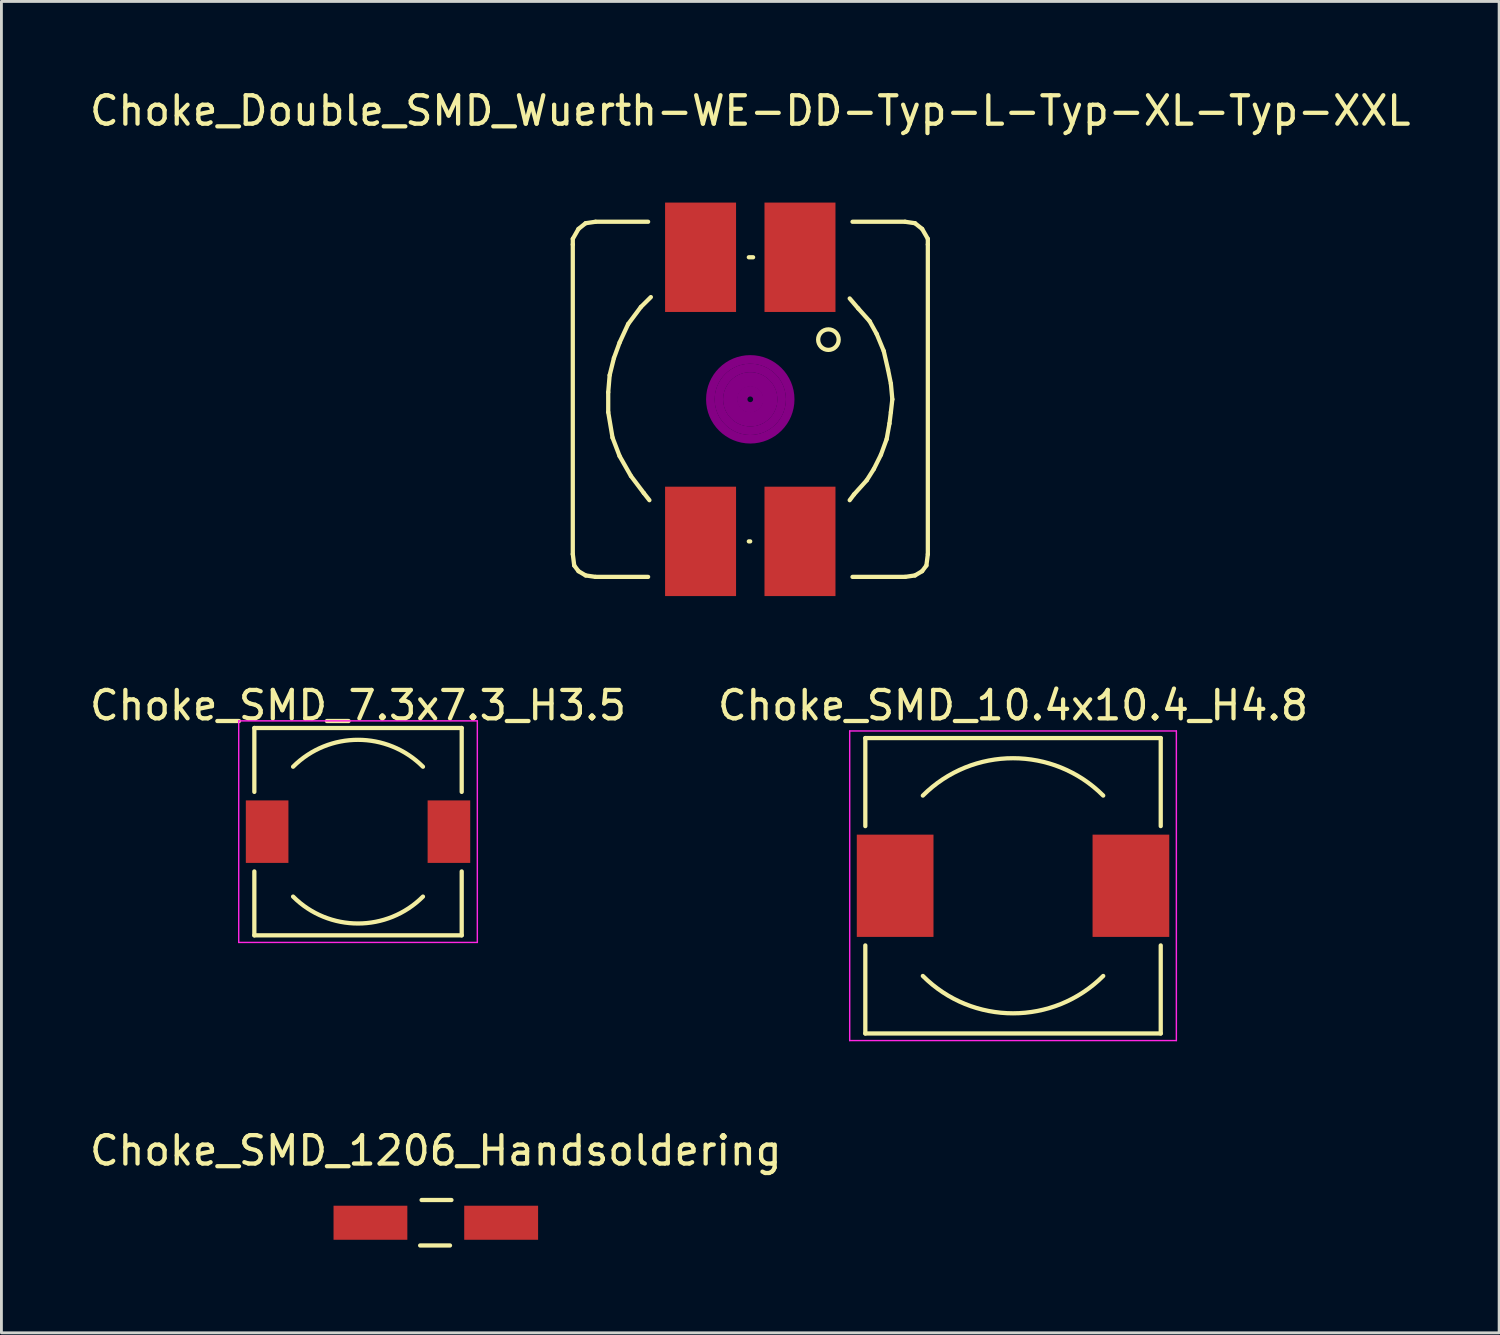
<source format=kicad_pcb>
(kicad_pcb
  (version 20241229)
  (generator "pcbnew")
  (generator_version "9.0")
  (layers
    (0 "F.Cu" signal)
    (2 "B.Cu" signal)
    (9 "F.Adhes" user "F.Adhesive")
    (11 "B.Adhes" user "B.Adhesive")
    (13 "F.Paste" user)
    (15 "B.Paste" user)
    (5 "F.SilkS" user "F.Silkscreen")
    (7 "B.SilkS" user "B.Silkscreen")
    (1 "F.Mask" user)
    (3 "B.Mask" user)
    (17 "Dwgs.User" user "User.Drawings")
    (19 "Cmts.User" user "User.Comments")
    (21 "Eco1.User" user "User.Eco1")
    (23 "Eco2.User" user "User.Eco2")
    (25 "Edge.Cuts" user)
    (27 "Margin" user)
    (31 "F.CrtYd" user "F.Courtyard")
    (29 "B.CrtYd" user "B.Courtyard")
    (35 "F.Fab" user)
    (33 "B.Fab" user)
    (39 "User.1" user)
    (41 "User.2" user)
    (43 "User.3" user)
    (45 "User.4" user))
  (footprint "Choke_SMD_7.3x7.3_H3.5"
    (layer "F.Cu")
    (at 9.554 26.228)
    (property "Reference" "Choke_SMD_7.3x7.3_H3.5" (at 0 -4.445 0) (layer "F.SilkS") (effects (font (size 1 1) (thickness 0.15))))
    (attr smd)
    (fp_line (start -3.65 -3.65) (end -3.65 -1.4) (stroke (width 0.15) (type solid)) (layer "F.SilkS"))
    (fp_line (start -3.65 -3.65) (end 3.65 -3.65) (stroke (width 0.15) (type solid)) (layer "F.SilkS"))
    (fp_line (start -3.65 3.65) (end -3.65 1.4) (stroke (width 0.15) (type solid)) (layer "F.SilkS"))
    (fp_line (start 3.65 -3.65) (end 3.65 -1.4) (stroke (width 0.15) (type solid)) (layer "F.SilkS"))
    (fp_line (start 3.65 3.65) (end -3.65 3.65) (stroke (width 0.15) (type solid)) (layer "F.SilkS"))
    (fp_line (start 3.65 3.65) (end 3.65 1.4) (stroke (width 0.15) (type solid)) (layer "F.SilkS"))
    (fp_arc (start -2.286 -2.286) (mid 0 -3.232892) (end 2.286 -2.286) (stroke (width 0.15) (type solid)) (layer "F.SilkS"))
    (fp_arc (start 2.286 2.286) (mid 0 3.232892) (end -2.286 2.286) (stroke (width 0.15) (type solid)) (layer "F.SilkS"))
    (fp_line (start -4.2 -3.9) (end -4.2 3.9) (stroke (width 0.05) (type solid)) (layer "F.CrtYd"))
    (fp_line (start -4.2 3.9) (end 4.2 3.9) (stroke (width 0.05) (type solid)) (layer "F.CrtYd"))
    (fp_line (start 4.2 -3.9) (end -4.2 -3.9) (stroke (width 0.05) (type solid)) (layer "F.CrtYd"))
    (fp_line (start 4.2 3.9) (end 4.2 -3.9) (stroke (width 0.05) (type solid)) (layer "F.CrtYd"))
    (pad "1" smd rect (at -3.2 0) (size 1.5 2.2) (layers "F.Cu" "F.Mask" "F.Paste"))
    (pad "2" smd rect (at 3.2 0) (size 1.5 2.2) (layers "F.Cu" "F.Mask" "F.Paste")))
  (footprint "Choke_SMD_10.4x10.4_H4.8"
    (layer "F.Cu")
    (at 32.613 28.133)
    (property "Reference" "Choke_SMD_10.4x10.4_H4.8" (at 0 -6.35 0) (layer "F.SilkS") (effects (font (size 1 1) (thickness 0.15))))
    (attr smd)
    (fp_line (start -5.2 -5.2) (end -5.2 -2.1) (stroke (width 0.15) (type solid)) (layer "F.SilkS"))
    (fp_line (start -5.2 -5.2) (end 5.2 -5.2) (stroke (width 0.15) (type solid)) (layer "F.SilkS"))
    (fp_line (start -5.2 5.2) (end -5.2 2.1) (stroke (width 0.15) (type solid)) (layer "F.SilkS"))
    (fp_line (start -5.2 5.2) (end 5.2 5.2) (stroke (width 0.15) (type solid)) (layer "F.SilkS"))
    (fp_line (start 5.2 -5.2) (end 5.2 -2.1) (stroke (width 0.15) (type solid)) (layer "F.SilkS"))
    (fp_line (start 5.2 5.2) (end 5.2 2.1) (stroke (width 0.15) (type solid)) (layer "F.SilkS"))
    (fp_arc (start -3.175 -3.175) (mid 0 -4.490128) (end 3.175 -3.175) (stroke (width 0.15) (type solid)) (layer "F.SilkS"))
    (fp_arc (start 3.175 3.175) (mid 0 4.490128) (end -3.175 3.175) (stroke (width 0.15) (type solid)) (layer "F.SilkS"))
    (fp_line (start -5.75 -5.45) (end -5.75 5.45) (stroke (width 0.05) (type solid)) (layer "F.CrtYd"))
    (fp_line (start -5.75 5.45) (end 5.75 5.45) (stroke (width 0.05) (type solid)) (layer "F.CrtYd"))
    (fp_line (start 5.75 -5.45) (end -5.75 -5.45) (stroke (width 0.05) (type solid)) (layer "F.CrtYd"))
    (fp_line (start 5.75 5.45) (end 5.75 -5.45) (stroke (width 0.05) (type solid)) (layer "F.CrtYd"))
    (pad "1" smd rect (at -4.15 0) (size 2.7 3.6) (layers "F.Cu" "F.Mask" "F.Paste"))
    (pad "2" smd rect (at 4.15 0) (size 2.7 3.6) (layers "F.Cu" "F.Mask" "F.Paste")))
  (footprint "Choke_Double_SMD_Wuerth-WE-DD-Typ-L-Typ-XL-Typ-XXL"
    (layer "F.Cu")
    (at 23.363 11.008)
    (property "Reference" "Choke_Double_SMD_Wuerth-WE-DD-Typ-L-Typ-XL-Typ-XXL" (at 0 -10.16 0) (layer "F.SilkS") (effects (font (size 1 1) (thickness 0.15))))
    (attr smd)
    (fp_line (start -6.248 -5.649) (end -6.248 -5.451) (stroke (width 0.15) (type solid)) (layer "F.SilkS"))
    (fp_line (start -6.248 -5.451) (end -6.248 5.451) (stroke (width 0.15) (type solid)) (layer "F.SilkS"))
    (fp_line (start -6.198 5.85) (end -6.248 5.451) (stroke (width 0.15) (type solid)) (layer "F.SilkS"))
    (fp_line (start -6.048 -5.999) (end -6.248 -5.649) (stroke (width 0.15) (type solid)) (layer "F.SilkS"))
    (fp_line (start -6.048 6.05) (end -6.198 5.85) (stroke (width 0.15) (type solid)) (layer "F.SilkS"))
    (fp_line (start -5.796 -6.2) (end -6.048 -5.999) (stroke (width 0.15) (type solid)) (layer "F.SilkS"))
    (fp_line (start -5.796 6.2) (end -6.048 6.05) (stroke (width 0.15) (type solid)) (layer "F.SilkS"))
    (fp_line (start -5.448 -6.251) (end -5.796 -6.2) (stroke (width 0.15) (type solid)) (layer "F.SilkS"))
    (fp_line (start -5.448 6.251) (end -5.796 6.2) (stroke (width 0.15) (type solid)) (layer "F.SilkS"))
    (fp_line (start -5.001 -0.249) (end -5.001 0.45) (stroke (width 0.15) (type solid)) (layer "F.SilkS"))
    (fp_line (start -5.001 0.45) (end -4.849 1.349) (stroke (width 0.15) (type solid)) (layer "F.SilkS"))
    (fp_line (start -4.95 -0.851) (end -5.001 -0.249) (stroke (width 0.15) (type solid)) (layer "F.SilkS"))
    (fp_line (start -4.849 1.349) (end -4.6 1.999) (stroke (width 0.15) (type solid)) (layer "F.SilkS"))
    (fp_line (start -4.801 -1.45) (end -4.95 -0.851) (stroke (width 0.15) (type solid)) (layer "F.SilkS"))
    (fp_line (start -4.6 -1.999) (end -4.801 -1.45) (stroke (width 0.15) (type solid)) (layer "F.SilkS"))
    (fp_line (start -4.6 1.999) (end -4.201 2.7) (stroke (width 0.15) (type solid)) (layer "F.SilkS"))
    (fp_line (start -4.3 -2.649) (end -4.6 -1.999) (stroke (width 0.15) (type solid)) (layer "F.SilkS"))
    (fp_line (start -4.201 2.7) (end -3.749 3.299) (stroke (width 0.15) (type solid)) (layer "F.SilkS"))
    (fp_line (start -3.851 -3.251) (end -4.3 -2.649) (stroke (width 0.15) (type solid)) (layer "F.SilkS"))
    (fp_line (start -3.749 3.299) (end -3.551 3.551) (stroke (width 0.15) (type solid)) (layer "F.SilkS"))
    (fp_line (start -3.597 -6.251) (end -5.448 -6.251) (stroke (width 0.15) (type solid)) (layer "F.SilkS"))
    (fp_line (start -3.597 6.251) (end -5.448 6.251) (stroke (width 0.15) (type solid)) (layer "F.SilkS"))
    (fp_line (start -3.5 -3.599) (end -3.851 -3.251) (stroke (width 0.15) (type solid)) (layer "F.SilkS"))
    (fp_line (start -0.051 5.001) (end -0.003 5.001) (stroke (width 0.15) (type solid)) (layer "F.SilkS"))
    (fp_line (start 0.099 -5.001) (end -0.051 -5.001) (stroke (width 0.15) (type solid)) (layer "F.SilkS"))
    (fp_line (start 3.5 3.551) (end 3.65 3.35) (stroke (width 0.15) (type solid)) (layer "F.SilkS"))
    (fp_line (start 3.599 -6.251) (end 5.451 -6.251) (stroke (width 0.15) (type solid)) (layer "F.SilkS"))
    (fp_line (start 3.599 6.251) (end 5.451 6.251) (stroke (width 0.15) (type solid)) (layer "F.SilkS"))
    (fp_line (start 3.65 3.35) (end 4.1 2.85) (stroke (width 0.15) (type solid)) (layer "F.SilkS"))
    (fp_line (start 3.8 -3.2) (end 3.5 -3.551) (stroke (width 0.15) (type solid)) (layer "F.SilkS"))
    (fp_line (start 4.1 2.85) (end 4.351 2.451) (stroke (width 0.15) (type solid)) (layer "F.SilkS"))
    (fp_line (start 4.201 -2.751) (end 3.8 -3.2) (stroke (width 0.15) (type solid)) (layer "F.SilkS"))
    (fp_line (start 4.351 2.451) (end 4.6 1.951) (stroke (width 0.15) (type solid)) (layer "F.SilkS"))
    (fp_line (start 4.45 -2.301) (end 4.201 -2.751) (stroke (width 0.15) (type solid)) (layer "F.SilkS"))
    (fp_line (start 4.6 1.951) (end 4.801 1.4) (stroke (width 0.15) (type solid)) (layer "F.SilkS"))
    (fp_line (start 4.699 -1.699) (end 4.45 -2.301) (stroke (width 0.15) (type solid)) (layer "F.SilkS"))
    (fp_line (start 4.801 1.4) (end 4.9 0.851) (stroke (width 0.15) (type solid)) (layer "F.SilkS"))
    (fp_line (start 4.849 -1.049) (end 4.699 -1.699) (stroke (width 0.15) (type solid)) (layer "F.SilkS"))
    (fp_line (start 4.9 0.851) (end 4.95 0.45) (stroke (width 0.15) (type solid)) (layer "F.SilkS"))
    (fp_line (start 4.95 -0.551) (end 4.849 -1.049) (stroke (width 0.15) (type solid)) (layer "F.SilkS"))
    (fp_line (start 4.95 0.45) (end 5.001 0) (stroke (width 0.15) (type solid)) (layer "F.SilkS"))
    (fp_line (start 5.001 0) (end 4.95 -0.551) (stroke (width 0.15) (type solid)) (layer "F.SilkS"))
    (fp_line (start 5.451 -6.251) (end 5.799 -6.2) (stroke (width 0.15) (type solid)) (layer "F.SilkS"))
    (fp_line (start 5.451 6.251) (end 5.799 6.2) (stroke (width 0.15) (type solid)) (layer "F.SilkS"))
    (fp_line (start 5.799 -6.2) (end 6.05 -5.999) (stroke (width 0.15) (type solid)) (layer "F.SilkS"))
    (fp_line (start 5.799 6.2) (end 6.05 6.05) (stroke (width 0.15) (type solid)) (layer "F.SilkS"))
    (fp_line (start 6.05 -5.999) (end 6.251 -5.649) (stroke (width 0.15) (type solid)) (layer "F.SilkS"))
    (fp_line (start 6.05 6.05) (end 6.2 5.85) (stroke (width 0.15) (type solid)) (layer "F.SilkS"))
    (fp_line (start 6.2 5.85) (end 6.251 5.451) (stroke (width 0.15) (type solid)) (layer "F.SilkS"))
    (fp_line (start 6.251 -5.649) (end 6.251 -5.451) (stroke (width 0.15) (type solid)) (layer "F.SilkS"))
    (fp_line (start 6.251 -5.451) (end 6.251 5.451) (stroke (width 0.15) (type solid)) (layer "F.SilkS"))
    (fp_circle (center 2.751 -2.101) (end 3.051 -1.9) (stroke (width 0.15) (type solid)) (fill no) (layer "F.SilkS"))
    (fp_circle (center 0 0) (end 0.1 0) (stroke (width 0.305) (type solid)) (fill no) (layer "F.Adhes"))
    (fp_circle (center 0 0) (end 0.3 0.1) (stroke (width 0.305) (type solid)) (fill no) (layer "F.Adhes"))
    (fp_circle (center 0 0) (end 0.6 0) (stroke (width 0.305) (type solid)) (fill no) (layer "F.Adhes"))
    (fp_circle (center 0 0) (end 0.8 -0.1) (stroke (width 0.305) (type solid)) (fill no) (layer "F.Adhes"))
    (fp_circle (center 0 0) (end 1.1 -0.1) (stroke (width 0.305) (type solid)) (fill no) (layer "F.Adhes"))
    (fp_circle (center 0 0) (end 1.4 -0.1) (stroke (width 0.305) (type solid)) (fill no) (layer "F.Adhes"))
    (pad "1" smd rect (at -1.75 -5.001) (size 2.499 3.851) (layers "F.Cu" "F.Mask" "F.Paste"))
    (pad "2" smd rect (at 1.75 -5.001) (size 2.499 3.851) (layers "F.Cu" "F.Mask" "F.Paste"))
    (pad "3" smd rect (at 1.75 5.001) (size 2.499 3.851) (layers "F.Cu" "F.Mask" "F.Paste"))
    (pad "4" smd rect (at -1.75 5.001) (size 2.499 3.851) (layers "F.Cu" "F.Mask" "F.Paste")))
  (footprint "Choke_SMD_1206_Handsoldering"
    (layer "F.Cu")
    (at 12.292 39.996)
    (property "Reference" "Choke_SMD_1206_Handsoldering" (at 0 -2.54 0) (layer "F.SilkS") (effects (font (size 1 1) (thickness 0.15))))
    (attr smd)
    (fp_line (start -0.551 0.8) (end 0.5 0.8) (stroke (width 0.15) (type solid)) (layer "F.SilkS"))
    (fp_line (start 0.551 -0.8) (end -0.5 -0.8) (stroke (width 0.15) (type solid)) (layer "F.SilkS"))
    (pad "1" smd rect (at -2.301 0) (size 2.598 1.199) (layers "F.Cu" "F.Mask" "F.Paste"))
    (pad "2" smd rect (at 2.301 0) (size 2.601 1.199) (layers "F.Cu" "F.Mask" "F.Paste")))
  (gr_rect
    (start -3 -3)
    (end 49.726 43.871)
    (stroke (width 0.1) (type default))
    (fill no)
    (layer "Edge.Cuts")))
</source>
